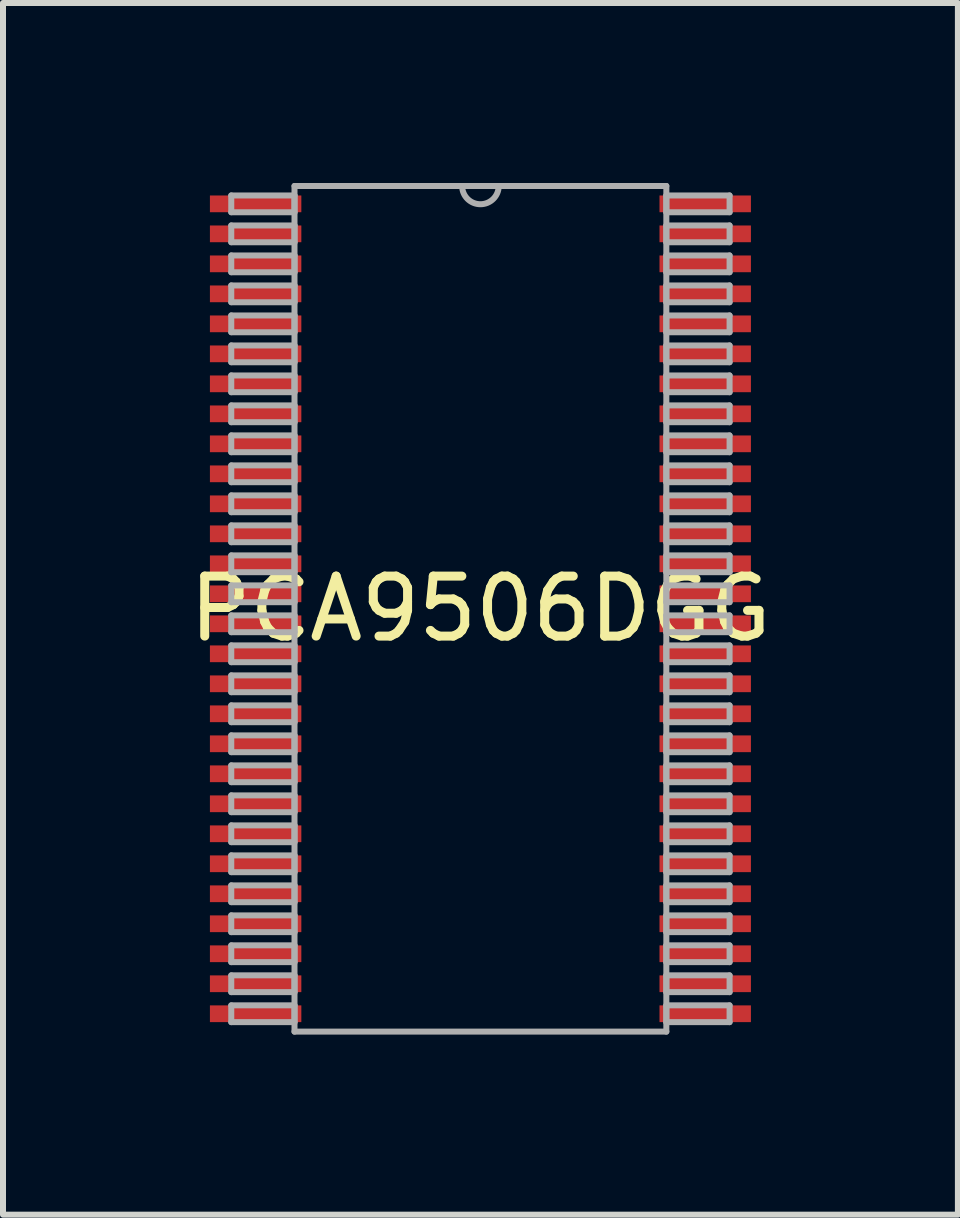
<source format=kicad_pcb>
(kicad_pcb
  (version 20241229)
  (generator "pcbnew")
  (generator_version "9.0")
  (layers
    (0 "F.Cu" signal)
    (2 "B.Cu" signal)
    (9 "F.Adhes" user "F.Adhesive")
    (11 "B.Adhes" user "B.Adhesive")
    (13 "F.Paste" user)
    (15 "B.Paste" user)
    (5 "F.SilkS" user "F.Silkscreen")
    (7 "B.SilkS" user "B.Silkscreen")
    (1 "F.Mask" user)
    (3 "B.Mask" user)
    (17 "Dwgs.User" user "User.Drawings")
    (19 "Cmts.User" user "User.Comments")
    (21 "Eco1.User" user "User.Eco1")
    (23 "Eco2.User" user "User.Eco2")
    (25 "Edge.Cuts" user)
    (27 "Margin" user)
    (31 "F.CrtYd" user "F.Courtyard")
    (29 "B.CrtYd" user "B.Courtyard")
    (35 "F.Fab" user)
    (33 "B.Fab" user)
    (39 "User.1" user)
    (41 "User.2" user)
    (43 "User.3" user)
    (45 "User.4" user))
  (footprint "PCA9506DGG"
    (layer "F.Cu")
    (at 4.958 7.098)
    (property "Reference" "PCA9506DGG" (at 0 0 0) (layer "F.SilkS") (effects (font (size 1 1) (thickness 0.15))))
    (attr through_hole)
    (fp_line (start -4.153 -6.89) (end -4.153 -6.61) (stroke (width 0.1) (type solid)) (layer "F.Fab"))
    (fp_line (start -4.153 -6.61) (end -3.099 -6.61) (stroke (width 0.1) (type solid)) (layer "F.Fab"))
    (fp_line (start -4.153 -6.39) (end -4.153 -6.11) (stroke (width 0.1) (type solid)) (layer "F.Fab"))
    (fp_line (start -4.153 -6.11) (end -3.099 -6.11) (stroke (width 0.1) (type solid)) (layer "F.Fab"))
    (fp_line (start -4.153 -5.89) (end -4.153 -5.61) (stroke (width 0.1) (type solid)) (layer "F.Fab"))
    (fp_line (start -4.153 -5.61) (end -3.099 -5.61) (stroke (width 0.1) (type solid)) (layer "F.Fab"))
    (fp_line (start -4.153 -5.39) (end -4.153 -5.11) (stroke (width 0.1) (type solid)) (layer "F.Fab"))
    (fp_line (start -4.153 -5.11) (end -3.099 -5.11) (stroke (width 0.1) (type solid)) (layer "F.Fab"))
    (fp_line (start -4.153 -4.89) (end -4.153 -4.61) (stroke (width 0.1) (type solid)) (layer "F.Fab"))
    (fp_line (start -4.153 -4.61) (end -3.099 -4.61) (stroke (width 0.1) (type solid)) (layer "F.Fab"))
    (fp_line (start -4.153 -4.39) (end -4.153 -4.11) (stroke (width 0.1) (type solid)) (layer "F.Fab"))
    (fp_line (start -4.153 -4.11) (end -3.099 -4.11) (stroke (width 0.1) (type solid)) (layer "F.Fab"))
    (fp_line (start -4.153 -3.89) (end -4.153 -3.61) (stroke (width 0.1) (type solid)) (layer "F.Fab"))
    (fp_line (start -4.153 -3.61) (end -3.099 -3.61) (stroke (width 0.1) (type solid)) (layer "F.Fab"))
    (fp_line (start -4.153 -3.39) (end -4.153 -3.11) (stroke (width 0.1) (type solid)) (layer "F.Fab"))
    (fp_line (start -4.153 -3.11) (end -3.099 -3.11) (stroke (width 0.1) (type solid)) (layer "F.Fab"))
    (fp_line (start -4.153 -2.89) (end -4.153 -2.61) (stroke (width 0.1) (type solid)) (layer "F.Fab"))
    (fp_line (start -4.153 -2.61) (end -3.099 -2.61) (stroke (width 0.1) (type solid)) (layer "F.Fab"))
    (fp_line (start -4.153 -2.39) (end -4.153 -2.11) (stroke (width 0.1) (type solid)) (layer "F.Fab"))
    (fp_line (start -4.153 -2.11) (end -3.099 -2.11) (stroke (width 0.1) (type solid)) (layer "F.Fab"))
    (fp_line (start -4.153 -1.89) (end -4.153 -1.61) (stroke (width 0.1) (type solid)) (layer "F.Fab"))
    (fp_line (start -4.153 -1.61) (end -3.099 -1.61) (stroke (width 0.1) (type solid)) (layer "F.Fab"))
    (fp_line (start -4.153 -1.39) (end -4.153 -1.11) (stroke (width 0.1) (type solid)) (layer "F.Fab"))
    (fp_line (start -4.153 -1.11) (end -3.099 -1.11) (stroke (width 0.1) (type solid)) (layer "F.Fab"))
    (fp_line (start -4.153 -0.89) (end -4.153 -0.61) (stroke (width 0.1) (type solid)) (layer "F.Fab"))
    (fp_line (start -4.153 -0.61) (end -3.099 -0.61) (stroke (width 0.1) (type solid)) (layer "F.Fab"))
    (fp_line (start -4.153 -0.39) (end -4.153 -0.11) (stroke (width 0.1) (type solid)) (layer "F.Fab"))
    (fp_line (start -4.153 -0.11) (end -3.099 -0.11) (stroke (width 0.1) (type solid)) (layer "F.Fab"))
    (fp_line (start -4.153 0.11) (end -4.153 0.39) (stroke (width 0.1) (type solid)) (layer "F.Fab"))
    (fp_line (start -4.153 0.39) (end -3.099 0.39) (stroke (width 0.1) (type solid)) (layer "F.Fab"))
    (fp_line (start -4.153 0.61) (end -4.153 0.89) (stroke (width 0.1) (type solid)) (layer "F.Fab"))
    (fp_line (start -4.153 0.89) (end -3.099 0.89) (stroke (width 0.1) (type solid)) (layer "F.Fab"))
    (fp_line (start -4.153 1.11) (end -4.153 1.39) (stroke (width 0.1) (type solid)) (layer "F.Fab"))
    (fp_line (start -4.153 1.39) (end -3.099 1.39) (stroke (width 0.1) (type solid)) (layer "F.Fab"))
    (fp_line (start -4.153 1.61) (end -4.153 1.89) (stroke (width 0.1) (type solid)) (layer "F.Fab"))
    (fp_line (start -4.153 1.89) (end -3.099 1.89) (stroke (width 0.1) (type solid)) (layer "F.Fab"))
    (fp_line (start -4.153 2.11) (end -4.153 2.39) (stroke (width 0.1) (type solid)) (layer "F.Fab"))
    (fp_line (start -4.153 2.39) (end -3.099 2.39) (stroke (width 0.1) (type solid)) (layer "F.Fab"))
    (fp_line (start -4.153 2.61) (end -4.153 2.89) (stroke (width 0.1) (type solid)) (layer "F.Fab"))
    (fp_line (start -4.153 2.89) (end -3.099 2.89) (stroke (width 0.1) (type solid)) (layer "F.Fab"))
    (fp_line (start -4.153 3.11) (end -4.153 3.39) (stroke (width 0.1) (type solid)) (layer "F.Fab"))
    (fp_line (start -4.153 3.39) (end -3.099 3.39) (stroke (width 0.1) (type solid)) (layer "F.Fab"))
    (fp_line (start -4.153 3.61) (end -4.153 3.89) (stroke (width 0.1) (type solid)) (layer "F.Fab"))
    (fp_line (start -4.153 3.89) (end -3.099 3.89) (stroke (width 0.1) (type solid)) (layer "F.Fab"))
    (fp_line (start -4.153 4.11) (end -4.153 4.39) (stroke (width 0.1) (type solid)) (layer "F.Fab"))
    (fp_line (start -4.153 4.39) (end -3.099 4.39) (stroke (width 0.1) (type solid)) (layer "F.Fab"))
    (fp_line (start -4.153 4.61) (end -4.153 4.89) (stroke (width 0.1) (type solid)) (layer "F.Fab"))
    (fp_line (start -4.153 4.89) (end -3.099 4.89) (stroke (width 0.1) (type solid)) (layer "F.Fab"))
    (fp_line (start -4.153 5.11) (end -4.153 5.39) (stroke (width 0.1) (type solid)) (layer "F.Fab"))
    (fp_line (start -4.153 5.39) (end -3.099 5.39) (stroke (width 0.1) (type solid)) (layer "F.Fab"))
    (fp_line (start -4.153 5.61) (end -4.153 5.89) (stroke (width 0.1) (type solid)) (layer "F.Fab"))
    (fp_line (start -4.153 5.89) (end -3.099 5.89) (stroke (width 0.1) (type solid)) (layer "F.Fab"))
    (fp_line (start -4.153 6.11) (end -4.153 6.39) (stroke (width 0.1) (type solid)) (layer "F.Fab"))
    (fp_line (start -4.153 6.39) (end -3.099 6.39) (stroke (width 0.1) (type solid)) (layer "F.Fab"))
    (fp_line (start -4.153 6.61) (end -4.153 6.89) (stroke (width 0.1) (type solid)) (layer "F.Fab"))
    (fp_line (start -4.153 6.89) (end -3.099 6.89) (stroke (width 0.1) (type solid)) (layer "F.Fab"))
    (fp_line (start -3.099 -7.048) (end -3.099 7.048) (stroke (width 0.1) (type solid)) (layer "F.Fab"))
    (fp_line (start -3.099 -6.89) (end -4.153 -6.89) (stroke (width 0.1) (type solid)) (layer "F.Fab"))
    (fp_line (start -3.099 -6.61) (end -3.099 -6.89) (stroke (width 0.1) (type solid)) (layer "F.Fab"))
    (fp_line (start -3.099 -6.39) (end -4.153 -6.39) (stroke (width 0.1) (type solid)) (layer "F.Fab"))
    (fp_line (start -3.099 -6.11) (end -3.099 -6.39) (stroke (width 0.1) (type solid)) (layer "F.Fab"))
    (fp_line (start -3.099 -5.89) (end -4.153 -5.89) (stroke (width 0.1) (type solid)) (layer "F.Fab"))
    (fp_line (start -3.099 -5.61) (end -3.099 -5.89) (stroke (width 0.1) (type solid)) (layer "F.Fab"))
    (fp_line (start -3.099 -5.39) (end -4.153 -5.39) (stroke (width 0.1) (type solid)) (layer "F.Fab"))
    (fp_line (start -3.099 -5.11) (end -3.099 -5.39) (stroke (width 0.1) (type solid)) (layer "F.Fab"))
    (fp_line (start -3.099 -4.89) (end -4.153 -4.89) (stroke (width 0.1) (type solid)) (layer "F.Fab"))
    (fp_line (start -3.099 -4.61) (end -3.099 -4.89) (stroke (width 0.1) (type solid)) (layer "F.Fab"))
    (fp_line (start -3.099 -4.39) (end -4.153 -4.39) (stroke (width 0.1) (type solid)) (layer "F.Fab"))
    (fp_line (start -3.099 -4.11) (end -3.099 -4.39) (stroke (width 0.1) (type solid)) (layer "F.Fab"))
    (fp_line (start -3.099 -3.89) (end -4.153 -3.89) (stroke (width 0.1) (type solid)) (layer "F.Fab"))
    (fp_line (start -3.099 -3.61) (end -3.099 -3.89) (stroke (width 0.1) (type solid)) (layer "F.Fab"))
    (fp_line (start -3.099 -3.39) (end -4.153 -3.39) (stroke (width 0.1) (type solid)) (layer "F.Fab"))
    (fp_line (start -3.099 -3.11) (end -3.099 -3.39) (stroke (width 0.1) (type solid)) (layer "F.Fab"))
    (fp_line (start -3.099 -2.89) (end -4.153 -2.89) (stroke (width 0.1) (type solid)) (layer "F.Fab"))
    (fp_line (start -3.099 -2.61) (end -3.099 -2.89) (stroke (width 0.1) (type solid)) (layer "F.Fab"))
    (fp_line (start -3.099 -2.39) (end -4.153 -2.39) (stroke (width 0.1) (type solid)) (layer "F.Fab"))
    (fp_line (start -3.099 -2.11) (end -3.099 -2.39) (stroke (width 0.1) (type solid)) (layer "F.Fab"))
    (fp_line (start -3.099 -1.89) (end -4.153 -1.89) (stroke (width 0.1) (type solid)) (layer "F.Fab"))
    (fp_line (start -3.099 -1.61) (end -3.099 -1.89) (stroke (width 0.1) (type solid)) (layer "F.Fab"))
    (fp_line (start -3.099 -1.39) (end -4.153 -1.39) (stroke (width 0.1) (type solid)) (layer "F.Fab"))
    (fp_line (start -3.099 -1.11) (end -3.099 -1.39) (stroke (width 0.1) (type solid)) (layer "F.Fab"))
    (fp_line (start -3.099 -0.89) (end -4.153 -0.89) (stroke (width 0.1) (type solid)) (layer "F.Fab"))
    (fp_line (start -3.099 -0.61) (end -3.099 -0.89) (stroke (width 0.1) (type solid)) (layer "F.Fab"))
    (fp_line (start -3.099 -0.39) (end -4.153 -0.39) (stroke (width 0.1) (type solid)) (layer "F.Fab"))
    (fp_line (start -3.099 -0.11) (end -3.099 -0.39) (stroke (width 0.1) (type solid)) (layer "F.Fab"))
    (fp_line (start -3.099 0.11) (end -4.153 0.11) (stroke (width 0.1) (type solid)) (layer "F.Fab"))
    (fp_line (start -3.099 0.39) (end -3.099 0.11) (stroke (width 0.1) (type solid)) (layer "F.Fab"))
    (fp_line (start -3.099 0.61) (end -4.153 0.61) (stroke (width 0.1) (type solid)) (layer "F.Fab"))
    (fp_line (start -3.099 0.89) (end -3.099 0.61) (stroke (width 0.1) (type solid)) (layer "F.Fab"))
    (fp_line (start -3.099 1.11) (end -4.153 1.11) (stroke (width 0.1) (type solid)) (layer "F.Fab"))
    (fp_line (start -3.099 1.39) (end -3.099 1.11) (stroke (width 0.1) (type solid)) (layer "F.Fab"))
    (fp_line (start -3.099 1.61) (end -4.153 1.61) (stroke (width 0.1) (type solid)) (layer "F.Fab"))
    (fp_line (start -3.099 1.89) (end -3.099 1.61) (stroke (width 0.1) (type solid)) (layer "F.Fab"))
    (fp_line (start -3.099 2.11) (end -4.153 2.11) (stroke (width 0.1) (type solid)) (layer "F.Fab"))
    (fp_line (start -3.099 2.39) (end -3.099 2.11) (stroke (width 0.1) (type solid)) (layer "F.Fab"))
    (fp_line (start -3.099 2.61) (end -4.153 2.61) (stroke (width 0.1) (type solid)) (layer "F.Fab"))
    (fp_line (start -3.099 2.89) (end -3.099 2.61) (stroke (width 0.1) (type solid)) (layer "F.Fab"))
    (fp_line (start -3.099 3.11) (end -4.153 3.11) (stroke (width 0.1) (type solid)) (layer "F.Fab"))
    (fp_line (start -3.099 3.39) (end -3.099 3.11) (stroke (width 0.1) (type solid)) (layer "F.Fab"))
    (fp_line (start -3.099 3.61) (end -4.153 3.61) (stroke (width 0.1) (type solid)) (layer "F.Fab"))
    (fp_line (start -3.099 3.89) (end -3.099 3.61) (stroke (width 0.1) (type solid)) (layer "F.Fab"))
    (fp_line (start -3.099 4.11) (end -4.153 4.11) (stroke (width 0.1) (type solid)) (layer "F.Fab"))
    (fp_line (start -3.099 4.39) (end -3.099 4.11) (stroke (width 0.1) (type solid)) (layer "F.Fab"))
    (fp_line (start -3.099 4.61) (end -4.153 4.61) (stroke (width 0.1) (type solid)) (layer "F.Fab"))
    (fp_line (start -3.099 4.89) (end -3.099 4.61) (stroke (width 0.1) (type solid)) (layer "F.Fab"))
    (fp_line (start -3.099 5.11) (end -4.153 5.11) (stroke (width 0.1) (type solid)) (layer "F.Fab"))
    (fp_line (start -3.099 5.39) (end -3.099 5.11) (stroke (width 0.1) (type solid)) (layer "F.Fab"))
    (fp_line (start -3.099 5.61) (end -4.153 5.61) (stroke (width 0.1) (type solid)) (layer "F.Fab"))
    (fp_line (start -3.099 5.89) (end -3.099 5.61) (stroke (width 0.1) (type solid)) (layer "F.Fab"))
    (fp_line (start -3.099 6.11) (end -4.153 6.11) (stroke (width 0.1) (type solid)) (layer "F.Fab"))
    (fp_line (start -3.099 6.39) (end -3.099 6.11) (stroke (width 0.1) (type solid)) (layer "F.Fab"))
    (fp_line (start -3.099 6.61) (end -4.153 6.61) (stroke (width 0.1) (type solid)) (layer "F.Fab"))
    (fp_line (start -3.099 6.89) (end -3.099 6.61) (stroke (width 0.1) (type solid)) (layer "F.Fab"))
    (fp_line (start -3.099 7.048) (end 3.099 7.048) (stroke (width 0.1) (type solid)) (layer "F.Fab"))
    (fp_line (start 3.099 -7.048) (end -3.099 -7.048) (stroke (width 0.1) (type solid)) (layer "F.Fab"))
    (fp_line (start 3.099 -6.89) (end 3.099 -6.61) (stroke (width 0.1) (type solid)) (layer "F.Fab"))
    (fp_line (start 3.099 -6.61) (end 4.153 -6.61) (stroke (width 0.1) (type solid)) (layer "F.Fab"))
    (fp_line (start 3.099 -6.39) (end 3.099 -6.11) (stroke (width 0.1) (type solid)) (layer "F.Fab"))
    (fp_line (start 3.099 -6.11) (end 4.153 -6.11) (stroke (width 0.1) (type solid)) (layer "F.Fab"))
    (fp_line (start 3.099 -5.89) (end 3.099 -5.61) (stroke (width 0.1) (type solid)) (layer "F.Fab"))
    (fp_line (start 3.099 -5.61) (end 4.153 -5.61) (stroke (width 0.1) (type solid)) (layer "F.Fab"))
    (fp_line (start 3.099 -5.39) (end 3.099 -5.11) (stroke (width 0.1) (type solid)) (layer "F.Fab"))
    (fp_line (start 3.099 -5.11) (end 4.153 -5.11) (stroke (width 0.1) (type solid)) (layer "F.Fab"))
    (fp_line (start 3.099 -4.89) (end 3.099 -4.61) (stroke (width 0.1) (type solid)) (layer "F.Fab"))
    (fp_line (start 3.099 -4.61) (end 4.153 -4.61) (stroke (width 0.1) (type solid)) (layer "F.Fab"))
    (fp_line (start 3.099 -4.39) (end 3.099 -4.11) (stroke (width 0.1) (type solid)) (layer "F.Fab"))
    (fp_line (start 3.099 -4.11) (end 4.153 -4.11) (stroke (width 0.1) (type solid)) (layer "F.Fab"))
    (fp_line (start 3.099 -3.89) (end 3.099 -3.61) (stroke (width 0.1) (type solid)) (layer "F.Fab"))
    (fp_line (start 3.099 -3.61) (end 4.153 -3.61) (stroke (width 0.1) (type solid)) (layer "F.Fab"))
    (fp_line (start 3.099 -3.39) (end 3.099 -3.11) (stroke (width 0.1) (type solid)) (layer "F.Fab"))
    (fp_line (start 3.099 -3.11) (end 4.153 -3.11) (stroke (width 0.1) (type solid)) (layer "F.Fab"))
    (fp_line (start 3.099 -2.89) (end 3.099 -2.61) (stroke (width 0.1) (type solid)) (layer "F.Fab"))
    (fp_line (start 3.099 -2.61) (end 4.153 -2.61) (stroke (width 0.1) (type solid)) (layer "F.Fab"))
    (fp_line (start 3.099 -2.39) (end 3.099 -2.11) (stroke (width 0.1) (type solid)) (layer "F.Fab"))
    (fp_line (start 3.099 -2.11) (end 4.153 -2.11) (stroke (width 0.1) (type solid)) (layer "F.Fab"))
    (fp_line (start 3.099 -1.89) (end 3.099 -1.61) (stroke (width 0.1) (type solid)) (layer "F.Fab"))
    (fp_line (start 3.099 -1.61) (end 4.153 -1.61) (stroke (width 0.1) (type solid)) (layer "F.Fab"))
    (fp_line (start 3.099 -1.39) (end 3.099 -1.11) (stroke (width 0.1) (type solid)) (layer "F.Fab"))
    (fp_line (start 3.099 -1.11) (end 4.153 -1.11) (stroke (width 0.1) (type solid)) (layer "F.Fab"))
    (fp_line (start 3.099 -0.89) (end 3.099 -0.61) (stroke (width 0.1) (type solid)) (layer "F.Fab"))
    (fp_line (start 3.099 -0.61) (end 4.153 -0.61) (stroke (width 0.1) (type solid)) (layer "F.Fab"))
    (fp_line (start 3.099 -0.39) (end 3.099 -0.11) (stroke (width 0.1) (type solid)) (layer "F.Fab"))
    (fp_line (start 3.099 -0.11) (end 4.153 -0.11) (stroke (width 0.1) (type solid)) (layer "F.Fab"))
    (fp_line (start 3.099 0.11) (end 3.099 0.39) (stroke (width 0.1) (type solid)) (layer "F.Fab"))
    (fp_line (start 3.099 0.39) (end 4.153 0.39) (stroke (width 0.1) (type solid)) (layer "F.Fab"))
    (fp_line (start 3.099 0.61) (end 3.099 0.89) (stroke (width 0.1) (type solid)) (layer "F.Fab"))
    (fp_line (start 3.099 0.89) (end 4.153 0.89) (stroke (width 0.1) (type solid)) (layer "F.Fab"))
    (fp_line (start 3.099 1.11) (end 3.099 1.39) (stroke (width 0.1) (type solid)) (layer "F.Fab"))
    (fp_line (start 3.099 1.39) (end 4.153 1.39) (stroke (width 0.1) (type solid)) (layer "F.Fab"))
    (fp_line (start 3.099 1.61) (end 3.099 1.89) (stroke (width 0.1) (type solid)) (layer "F.Fab"))
    (fp_line (start 3.099 1.89) (end 4.153 1.89) (stroke (width 0.1) (type solid)) (layer "F.Fab"))
    (fp_line (start 3.099 2.11) (end 3.099 2.39) (stroke (width 0.1) (type solid)) (layer "F.Fab"))
    (fp_line (start 3.099 2.39) (end 4.153 2.39) (stroke (width 0.1) (type solid)) (layer "F.Fab"))
    (fp_line (start 3.099 2.61) (end 3.099 2.89) (stroke (width 0.1) (type solid)) (layer "F.Fab"))
    (fp_line (start 3.099 2.89) (end 4.153 2.89) (stroke (width 0.1) (type solid)) (layer "F.Fab"))
    (fp_line (start 3.099 3.11) (end 3.099 3.39) (stroke (width 0.1) (type solid)) (layer "F.Fab"))
    (fp_line (start 3.099 3.39) (end 4.153 3.39) (stroke (width 0.1) (type solid)) (layer "F.Fab"))
    (fp_line (start 3.099 3.61) (end 3.099 3.89) (stroke (width 0.1) (type solid)) (layer "F.Fab"))
    (fp_line (start 3.099 3.89) (end 4.153 3.89) (stroke (width 0.1) (type solid)) (layer "F.Fab"))
    (fp_line (start 3.099 4.11) (end 3.099 4.39) (stroke (width 0.1) (type solid)) (layer "F.Fab"))
    (fp_line (start 3.099 4.39) (end 4.153 4.39) (stroke (width 0.1) (type solid)) (layer "F.Fab"))
    (fp_line (start 3.099 4.61) (end 3.099 4.89) (stroke (width 0.1) (type solid)) (layer "F.Fab"))
    (fp_line (start 3.099 4.89) (end 4.153 4.89) (stroke (width 0.1) (type solid)) (layer "F.Fab"))
    (fp_line (start 3.099 5.11) (end 3.099 5.39) (stroke (width 0.1) (type solid)) (layer "F.Fab"))
    (fp_line (start 3.099 5.39) (end 4.153 5.39) (stroke (width 0.1) (type solid)) (layer "F.Fab"))
    (fp_line (start 3.099 5.61) (end 3.099 5.89) (stroke (width 0.1) (type solid)) (layer "F.Fab"))
    (fp_line (start 3.099 5.89) (end 4.153 5.89) (stroke (width 0.1) (type solid)) (layer "F.Fab"))
    (fp_line (start 3.099 6.11) (end 3.099 6.39) (stroke (width 0.1) (type solid)) (layer "F.Fab"))
    (fp_line (start 3.099 6.39) (end 4.153 6.39) (stroke (width 0.1) (type solid)) (layer "F.Fab"))
    (fp_line (start 3.099 6.61) (end 3.099 6.89) (stroke (width 0.1) (type solid)) (layer "F.Fab"))
    (fp_line (start 3.099 6.89) (end 4.153 6.89) (stroke (width 0.1) (type solid)) (layer "F.Fab"))
    (fp_line (start 3.099 7.048) (end 3.099 -7.048) (stroke (width 0.1) (type solid)) (layer "F.Fab"))
    (fp_line (start 4.153 -6.89) (end 3.099 -6.89) (stroke (width 0.1) (type solid)) (layer "F.Fab"))
    (fp_line (start 4.153 -6.61) (end 4.153 -6.89) (stroke (width 0.1) (type solid)) (layer "F.Fab"))
    (fp_line (start 4.153 -6.39) (end 3.099 -6.39) (stroke (width 0.1) (type solid)) (layer "F.Fab"))
    (fp_line (start 4.153 -6.11) (end 4.153 -6.39) (stroke (width 0.1) (type solid)) (layer "F.Fab"))
    (fp_line (start 4.153 -5.89) (end 3.099 -5.89) (stroke (width 0.1) (type solid)) (layer "F.Fab"))
    (fp_line (start 4.153 -5.61) (end 4.153 -5.89) (stroke (width 0.1) (type solid)) (layer "F.Fab"))
    (fp_line (start 4.153 -5.39) (end 3.099 -5.39) (stroke (width 0.1) (type solid)) (layer "F.Fab"))
    (fp_line (start 4.153 -5.11) (end 4.153 -5.39) (stroke (width 0.1) (type solid)) (layer "F.Fab"))
    (fp_line (start 4.153 -4.89) (end 3.099 -4.89) (stroke (width 0.1) (type solid)) (layer "F.Fab"))
    (fp_line (start 4.153 -4.61) (end 4.153 -4.89) (stroke (width 0.1) (type solid)) (layer "F.Fab"))
    (fp_line (start 4.153 -4.39) (end 3.099 -4.39) (stroke (width 0.1) (type solid)) (layer "F.Fab"))
    (fp_line (start 4.153 -4.11) (end 4.153 -4.39) (stroke (width 0.1) (type solid)) (layer "F.Fab"))
    (fp_line (start 4.153 -3.89) (end 3.099 -3.89) (stroke (width 0.1) (type solid)) (layer "F.Fab"))
    (fp_line (start 4.153 -3.61) (end 4.153 -3.89) (stroke (width 0.1) (type solid)) (layer "F.Fab"))
    (fp_line (start 4.153 -3.39) (end 3.099 -3.39) (stroke (width 0.1) (type solid)) (layer "F.Fab"))
    (fp_line (start 4.153 -3.11) (end 4.153 -3.39) (stroke (width 0.1) (type solid)) (layer "F.Fab"))
    (fp_line (start 4.153 -2.89) (end 3.099 -2.89) (stroke (width 0.1) (type solid)) (layer "F.Fab"))
    (fp_line (start 4.153 -2.61) (end 4.153 -2.89) (stroke (width 0.1) (type solid)) (layer "F.Fab"))
    (fp_line (start 4.153 -2.39) (end 3.099 -2.39) (stroke (width 0.1) (type solid)) (layer "F.Fab"))
    (fp_line (start 4.153 -2.11) (end 4.153 -2.39) (stroke (width 0.1) (type solid)) (layer "F.Fab"))
    (fp_line (start 4.153 -1.89) (end 3.099 -1.89) (stroke (width 0.1) (type solid)) (layer "F.Fab"))
    (fp_line (start 4.153 -1.61) (end 4.153 -1.89) (stroke (width 0.1) (type solid)) (layer "F.Fab"))
    (fp_line (start 4.153 -1.39) (end 3.099 -1.39) (stroke (width 0.1) (type solid)) (layer "F.Fab"))
    (fp_line (start 4.153 -1.11) (end 4.153 -1.39) (stroke (width 0.1) (type solid)) (layer "F.Fab"))
    (fp_line (start 4.153 -0.89) (end 3.099 -0.89) (stroke (width 0.1) (type solid)) (layer "F.Fab"))
    (fp_line (start 4.153 -0.61) (end 4.153 -0.89) (stroke (width 0.1) (type solid)) (layer "F.Fab"))
    (fp_line (start 4.153 -0.39) (end 3.099 -0.39) (stroke (width 0.1) (type solid)) (layer "F.Fab"))
    (fp_line (start 4.153 -0.11) (end 4.153 -0.39) (stroke (width 0.1) (type solid)) (layer "F.Fab"))
    (fp_line (start 4.153 0.11) (end 3.099 0.11) (stroke (width 0.1) (type solid)) (layer "F.Fab"))
    (fp_line (start 4.153 0.39) (end 4.153 0.11) (stroke (width 0.1) (type solid)) (layer "F.Fab"))
    (fp_line (start 4.153 0.61) (end 3.099 0.61) (stroke (width 0.1) (type solid)) (layer "F.Fab"))
    (fp_line (start 4.153 0.89) (end 4.153 0.61) (stroke (width 0.1) (type solid)) (layer "F.Fab"))
    (fp_line (start 4.153 1.11) (end 3.099 1.11) (stroke (width 0.1) (type solid)) (layer "F.Fab"))
    (fp_line (start 4.153 1.39) (end 4.153 1.11) (stroke (width 0.1) (type solid)) (layer "F.Fab"))
    (fp_line (start 4.153 1.61) (end 3.099 1.61) (stroke (width 0.1) (type solid)) (layer "F.Fab"))
    (fp_line (start 4.153 1.89) (end 4.153 1.61) (stroke (width 0.1) (type solid)) (layer "F.Fab"))
    (fp_line (start 4.153 2.11) (end 3.099 2.11) (stroke (width 0.1) (type solid)) (layer "F.Fab"))
    (fp_line (start 4.153 2.39) (end 4.153 2.11) (stroke (width 0.1) (type solid)) (layer "F.Fab"))
    (fp_line (start 4.153 2.61) (end 3.099 2.61) (stroke (width 0.1) (type solid)) (layer "F.Fab"))
    (fp_line (start 4.153 2.89) (end 4.153 2.61) (stroke (width 0.1) (type solid)) (layer "F.Fab"))
    (fp_line (start 4.153 3.11) (end 3.099 3.11) (stroke (width 0.1) (type solid)) (layer "F.Fab"))
    (fp_line (start 4.153 3.39) (end 4.153 3.11) (stroke (width 0.1) (type solid)) (layer "F.Fab"))
    (fp_line (start 4.153 3.61) (end 3.099 3.61) (stroke (width 0.1) (type solid)) (layer "F.Fab"))
    (fp_line (start 4.153 3.89) (end 4.153 3.61) (stroke (width 0.1) (type solid)) (layer "F.Fab"))
    (fp_line (start 4.153 4.11) (end 3.099 4.11) (stroke (width 0.1) (type solid)) (layer "F.Fab"))
    (fp_line (start 4.153 4.39) (end 4.153 4.11) (stroke (width 0.1) (type solid)) (layer "F.Fab"))
    (fp_line (start 4.153 4.61) (end 3.099 4.61) (stroke (width 0.1) (type solid)) (layer "F.Fab"))
    (fp_line (start 4.153 4.89) (end 4.153 4.61) (stroke (width 0.1) (type solid)) (layer "F.Fab"))
    (fp_line (start 4.153 5.11) (end 3.099 5.11) (stroke (width 0.1) (type solid)) (layer "F.Fab"))
    (fp_line (start 4.153 5.39) (end 4.153 5.11) (stroke (width 0.1) (type solid)) (layer "F.Fab"))
    (fp_line (start 4.153 5.61) (end 3.099 5.61) (stroke (width 0.1) (type solid)) (layer "F.Fab"))
    (fp_line (start 4.153 5.89) (end 4.153 5.61) (stroke (width 0.1) (type solid)) (layer "F.Fab"))
    (fp_line (start 4.153 6.11) (end 3.099 6.11) (stroke (width 0.1) (type solid)) (layer "F.Fab"))
    (fp_line (start 4.153 6.39) (end 4.153 6.11) (stroke (width 0.1) (type solid)) (layer "F.Fab"))
    (fp_line (start 4.153 6.61) (end 3.099 6.61) (stroke (width 0.1) (type solid)) (layer "F.Fab"))
    (fp_line (start 4.153 6.89) (end 4.153 6.61) (stroke (width 0.1) (type solid)) (layer "F.Fab"))
    (fp_arc (start 0.3048 -7.0485) (mid 0 -6.7437) (end -0.3048 -7.0485) (stroke (width 0.1) (type solid)) (layer "F.Fab"))
    (pad "1" smd rect (at -3.747 -6.75) (size 1.524 0.279) (layers "F.Cu" "F.Mask" "F.Paste"))
    (pad "2" smd rect (at -3.747 -6.25) (size 1.524 0.279) (layers "F.Cu" "F.Mask" "F.Paste"))
    (pad "3" smd rect (at -3.747 -5.75) (size 1.524 0.279) (layers "F.Cu" "F.Mask" "F.Paste"))
    (pad "4" smd rect (at -3.747 -5.25) (size 1.524 0.279) (layers "F.Cu" "F.Mask" "F.Paste"))
    (pad "5" smd rect (at -3.747 -4.75) (size 1.524 0.279) (layers "F.Cu" "F.Mask" "F.Paste"))
    (pad "6" smd rect (at -3.747 -4.25) (size 1.524 0.279) (layers "F.Cu" "F.Mask" "F.Paste"))
    (pad "7" smd rect (at -3.747 -3.75) (size 1.524 0.279) (layers "F.Cu" "F.Mask" "F.Paste"))
    (pad "8" smd rect (at -3.747 -3.25) (size 1.524 0.279) (layers "F.Cu" "F.Mask" "F.Paste"))
    (pad "9" smd rect (at -3.747 -2.75) (size 1.524 0.279) (layers "F.Cu" "F.Mask" "F.Paste"))
    (pad "10" smd rect (at -3.747 -2.25) (size 1.524 0.279) (layers "F.Cu" "F.Mask" "F.Paste"))
    (pad "11" smd rect (at -3.747 -1.75) (size 1.524 0.279) (layers "F.Cu" "F.Mask" "F.Paste"))
    (pad "12" smd rect (at -3.747 -1.25) (size 1.524 0.279) (layers "F.Cu" "F.Mask" "F.Paste"))
    (pad "13" smd rect (at -3.747 -0.75) (size 1.524 0.279) (layers "F.Cu" "F.Mask" "F.Paste"))
    (pad "14" smd rect (at -3.747 -0.25) (size 1.524 0.279) (layers "F.Cu" "F.Mask" "F.Paste"))
    (pad "15" smd rect (at -3.747 0.25) (size 1.524 0.279) (layers "F.Cu" "F.Mask" "F.Paste"))
    (pad "16" smd rect (at -3.747 0.75) (size 1.524 0.279) (layers "F.Cu" "F.Mask" "F.Paste"))
    (pad "17" smd rect (at -3.747 1.25) (size 1.524 0.279) (layers "F.Cu" "F.Mask" "F.Paste"))
    (pad "18" smd rect (at -3.747 1.75) (size 1.524 0.279) (layers "F.Cu" "F.Mask" "F.Paste"))
    (pad "19" smd rect (at -3.747 2.25) (size 1.524 0.279) (layers "F.Cu" "F.Mask" "F.Paste"))
    (pad "20" smd rect (at -3.747 2.75) (size 1.524 0.279) (layers "F.Cu" "F.Mask" "F.Paste"))
    (pad "21" smd rect (at -3.747 3.25) (size 1.524 0.279) (layers "F.Cu" "F.Mask" "F.Paste"))
    (pad "22" smd rect (at -3.747 3.75) (size 1.524 0.279) (layers "F.Cu" "F.Mask" "F.Paste"))
    (pad "23" smd rect (at -3.747 4.25) (size 1.524 0.279) (layers "F.Cu" "F.Mask" "F.Paste"))
    (pad "24" smd rect (at -3.747 4.75) (size 1.524 0.279) (layers "F.Cu" "F.Mask" "F.Paste"))
    (pad "25" smd rect (at -3.747 5.25) (size 1.524 0.279) (layers "F.Cu" "F.Mask" "F.Paste"))
    (pad "26" smd rect (at -3.747 5.75) (size 1.524 0.279) (layers "F.Cu" "F.Mask" "F.Paste"))
    (pad "27" smd rect (at -3.747 6.25) (size 1.524 0.279) (layers "F.Cu" "F.Mask" "F.Paste"))
    (pad "28" smd rect (at -3.747 6.75) (size 1.524 0.279) (layers "F.Cu" "F.Mask" "F.Paste"))
    (pad "29" smd rect (at 3.747 6.75) (size 1.524 0.279) (layers "F.Cu" "F.Mask" "F.Paste"))
    (pad "30" smd rect (at 3.747 6.25) (size 1.524 0.279) (layers "F.Cu" "F.Mask" "F.Paste"))
    (pad "31" smd rect (at 3.747 5.75) (size 1.524 0.279) (layers "F.Cu" "F.Mask" "F.Paste"))
    (pad "32" smd rect (at 3.747 5.25) (size 1.524 0.279) (layers "F.Cu" "F.Mask" "F.Paste"))
    (pad "33" smd rect (at 3.747 4.75) (size 1.524 0.279) (layers "F.Cu" "F.Mask" "F.Paste"))
    (pad "34" smd rect (at 3.747 4.25) (size 1.524 0.279) (layers "F.Cu" "F.Mask" "F.Paste"))
    (pad "35" smd rect (at 3.747 3.75) (size 1.524 0.279) (layers "F.Cu" "F.Mask" "F.Paste"))
    (pad "36" smd rect (at 3.747 3.25) (size 1.524 0.279) (layers "F.Cu" "F.Mask" "F.Paste"))
    (pad "37" smd rect (at 3.747 2.75) (size 1.524 0.279) (layers "F.Cu" "F.Mask" "F.Paste"))
    (pad "38" smd rect (at 3.747 2.25) (size 1.524 0.279) (layers "F.Cu" "F.Mask" "F.Paste"))
    (pad "39" smd rect (at 3.747 1.75) (size 1.524 0.279) (layers "F.Cu" "F.Mask" "F.Paste"))
    (pad "40" smd rect (at 3.747 1.25) (size 1.524 0.279) (layers "F.Cu" "F.Mask" "F.Paste"))
    (pad "41" smd rect (at 3.747 0.75) (size 1.524 0.279) (layers "F.Cu" "F.Mask" "F.Paste"))
    (pad "42" smd rect (at 3.747 0.25) (size 1.524 0.279) (layers "F.Cu" "F.Mask" "F.Paste"))
    (pad "43" smd rect (at 3.747 -0.25) (size 1.524 0.279) (layers "F.Cu" "F.Mask" "F.Paste"))
    (pad "44" smd rect (at 3.747 -0.75) (size 1.524 0.279) (layers "F.Cu" "F.Mask" "F.Paste"))
    (pad "45" smd rect (at 3.747 -1.25) (size 1.524 0.279) (layers "F.Cu" "F.Mask" "F.Paste"))
    (pad "46" smd rect (at 3.747 -1.75) (size 1.524 0.279) (layers "F.Cu" "F.Mask" "F.Paste"))
    (pad "47" smd rect (at 3.747 -2.25) (size 1.524 0.279) (layers "F.Cu" "F.Mask" "F.Paste"))
    (pad "48" smd rect (at 3.747 -2.75) (size 1.524 0.279) (layers "F.Cu" "F.Mask" "F.Paste"))
    (pad "49" smd rect (at 3.747 -3.25) (size 1.524 0.279) (layers "F.Cu" "F.Mask" "F.Paste"))
    (pad "50" smd rect (at 3.747 -3.75) (size 1.524 0.279) (layers "F.Cu" "F.Mask" "F.Paste"))
    (pad "51" smd rect (at 3.747 -4.25) (size 1.524 0.279) (layers "F.Cu" "F.Mask" "F.Paste"))
    (pad "52" smd rect (at 3.747 -4.75) (size 1.524 0.279) (layers "F.Cu" "F.Mask" "F.Paste"))
    (pad "53" smd rect (at 3.747 -5.25) (size 1.524 0.279) (layers "F.Cu" "F.Mask" "F.Paste"))
    (pad "54" smd rect (at 3.747 -5.75) (size 1.524 0.279) (layers "F.Cu" "F.Mask" "F.Paste"))
    (pad "55" smd rect (at 3.747 -6.25) (size 1.524 0.279) (layers "F.Cu" "F.Mask" "F.Paste"))
    (pad "56" smd rect (at 3.747 -6.75) (size 1.524 0.279) (layers "F.Cu" "F.Mask" "F.Paste")))
  (gr_rect
    (start -3 -3)
    (end 12.917 17.197)
    (stroke (width 0.1) (type default))
    (fill no)
    (layer "Edge.Cuts")))
</source>
